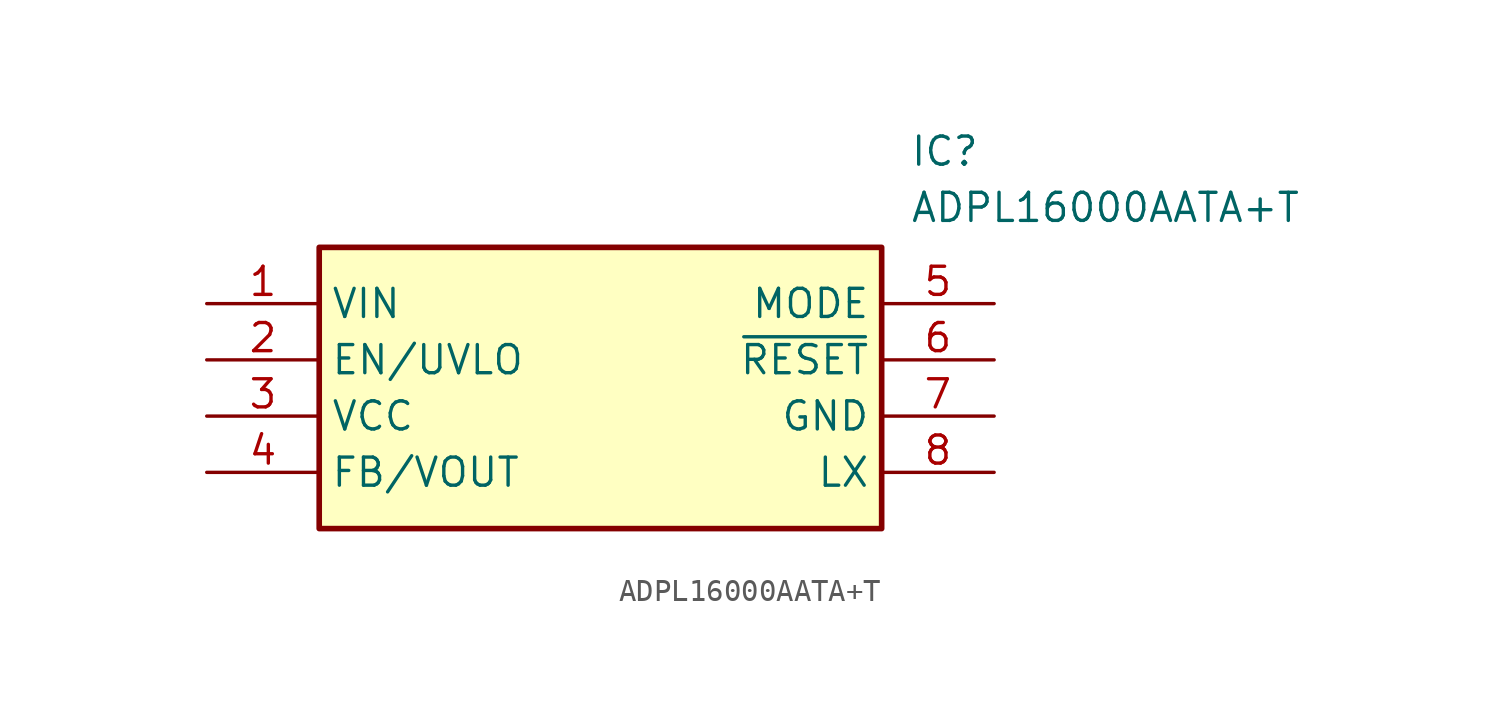
<source format=kicad_sym>
(kicad_symbol_lib
  (version 20211014)
  (generator SamacSys_ECAD_Model)
  (symbol "ADPL16000AATA+T"
    (property "Reference" "IC"
      (at 31.75 7.62 0)
      (effects (font (size 1.27 1.27)) (justify left top)))
    (property "Value" "ADPL16000AATA+T"
      (at 31.75 5.08 0)
      (effects (font (size 1.27 1.27)) (justify left top)))
    (rectangle
      (start 5.08 2.54)
      (end 30.48 -10.16)
      (stroke (width 0.254) (type default))
      (fill (type background)))
    (pin passive line
      (at 0 0 0)
      (length 5.08)
      (name "VIN" (effects (font (size 1.27 1.27))))
      (number "1" (effects (font (size 1.27 1.27)))))
    (pin passive line
      (at 0 -2.54 0)
      (length 5.08)
      (name "EN/UVLO" (effects (font (size 1.27 1.27))))
      (number "2" (effects (font (size 1.27 1.27)))))
    (pin passive line
      (at 0 -5.08 0)
      (length 5.08)
      (name "VCC" (effects (font (size 1.27 1.27))))
      (number "3" (effects (font (size 1.27 1.27)))))
    (pin passive line
      (at 0 -7.62 0)
      (length 5.08)
      (name "FB/VOUT" (effects (font (size 1.27 1.27))))
      (number "4" (effects (font (size 1.27 1.27)))))
    (pin passive line
      (at 35.56 0 180)
      (length 5.08)
      (name "MODE" (effects (font (size 1.27 1.27))))
      (number "5" (effects (font (size 1.27 1.27)))))
    (pin passive line
      (at 35.56 -2.54 180)
      (length 5.08)
      (name "~{RESET}" (effects (font (size 1.27 1.27))))
      (number "6" (effects (font (size 1.27 1.27)))))
    (pin passive line
      (at 35.56 -5.08 180)
      (length 5.08)
      (name "GND" (effects (font (size 1.27 1.27))))
      (number "7" (effects (font (size 1.27 1.27)))))
    (pin passive line
      (at 35.56 -7.62 180)
      (length 5.08)
      (name "LX" (effects (font (size 1.27 1.27))))
      (number "8" (effects (font (size 1.27 1.27)))))))
</source>
